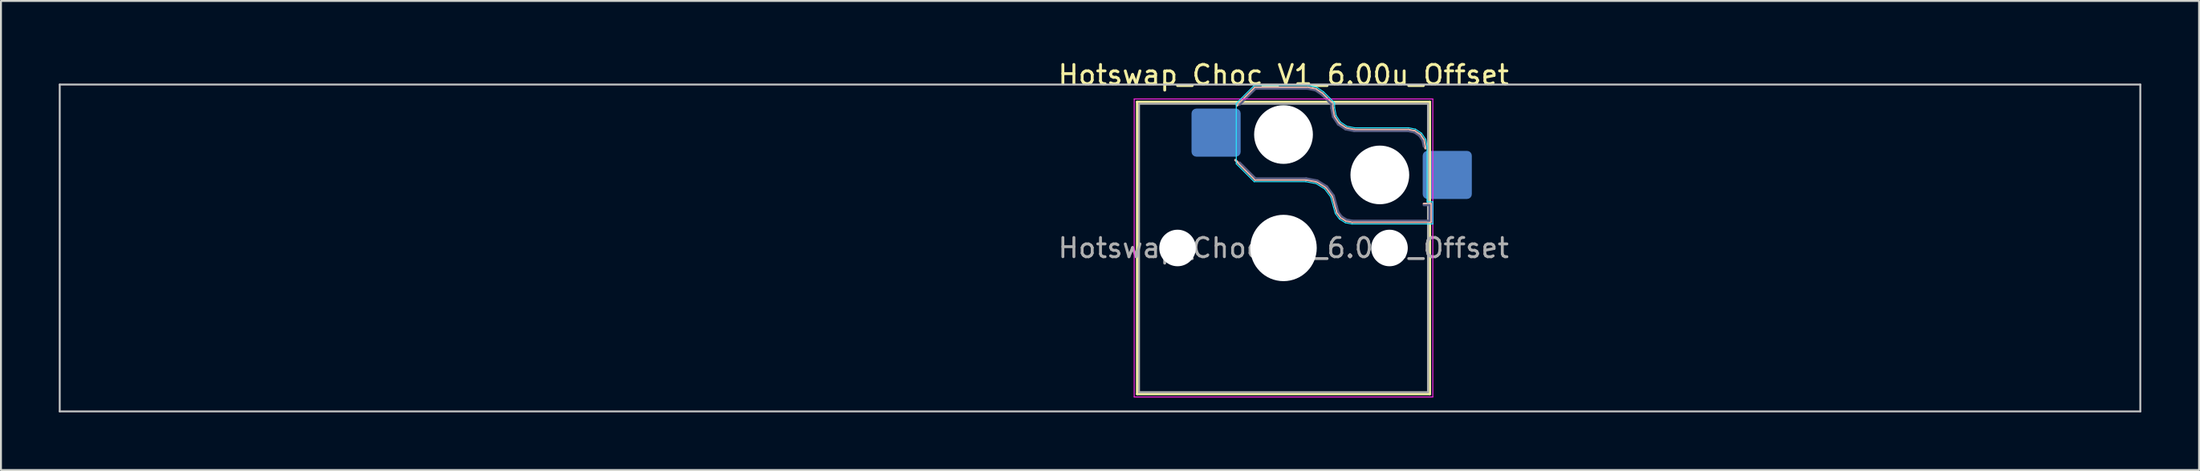
<source format=kicad_pcb>
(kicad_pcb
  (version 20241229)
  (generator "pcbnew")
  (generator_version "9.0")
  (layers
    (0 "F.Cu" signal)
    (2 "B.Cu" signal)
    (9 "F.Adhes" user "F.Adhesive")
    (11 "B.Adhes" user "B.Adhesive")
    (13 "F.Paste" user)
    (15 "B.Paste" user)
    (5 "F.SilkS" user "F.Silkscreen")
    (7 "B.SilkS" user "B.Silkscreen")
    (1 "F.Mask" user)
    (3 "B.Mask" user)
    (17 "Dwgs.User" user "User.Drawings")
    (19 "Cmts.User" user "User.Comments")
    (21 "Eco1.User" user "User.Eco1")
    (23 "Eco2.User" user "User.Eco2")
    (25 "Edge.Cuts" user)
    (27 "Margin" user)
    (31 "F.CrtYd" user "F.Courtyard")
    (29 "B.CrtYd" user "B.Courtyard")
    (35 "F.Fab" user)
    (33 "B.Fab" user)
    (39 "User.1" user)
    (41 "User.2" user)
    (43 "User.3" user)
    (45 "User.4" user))
  (footprint "Hotswap_Choc_V1_6.00u_Offset"
    (layer "F.Cu")
    (at 63.575 9.848)
    (property "Reference" "Hotswap_Choc_V1_6.00u_Offset" (at 0 -9 0) (layer "F.SilkS") (effects (font (size 1 1) (thickness 0.15))))
    (attr smd)
    (fp_line (start -7.6 -7.6) (end -7.6 7.6) (stroke (width 0.12) (type solid)) (layer "F.SilkS"))
    (fp_line (start -7.6 7.6) (end 7.6 7.6) (stroke (width 0.12) (type solid)) (layer "F.SilkS"))
    (fp_line (start 7.6 -7.6) (end -7.6 -7.6) (stroke (width 0.12) (type solid)) (layer "F.SilkS"))
    (fp_line (start 7.6 7.6) (end 7.6 -7.6) (stroke (width 0.12) (type solid)) (layer "F.SilkS"))
    (fp_line (start -2.416 -7.409) (end -1.479 -8.346) (stroke (width 0.12) (type solid)) (layer "B.SilkS"))
    (fp_line (start -1.479 -8.346) (end 1.268 -8.346) (stroke (width 0.12) (type solid)) (layer "B.SilkS"))
    (fp_line (start -1.479 -3.554) (end -2.5 -4.575) (stroke (width 0.12) (type solid)) (layer "B.SilkS"))
    (fp_line (start 1.168 -3.554) (end -1.479 -3.554) (stroke (width 0.12) (type solid)) (layer "B.SilkS"))
    (fp_line (start 1.268 -8.346) (end 1.671 -8.266) (stroke (width 0.12) (type solid)) (layer "B.SilkS"))
    (fp_line (start 1.671 -8.266) (end 2.013 -8.037) (stroke (width 0.12) (type solid)) (layer "B.SilkS"))
    (fp_line (start 1.73 -3.449) (end 1.168 -3.554) (stroke (width 0.12) (type solid)) (layer "B.SilkS"))
    (fp_line (start 2.013 -8.037) (end 2.546 -7.504) (stroke (width 0.12) (type solid)) (layer "B.SilkS"))
    (fp_line (start 2.209 -3.15) (end 1.73 -3.449) (stroke (width 0.12) (type solid)) (layer "B.SilkS"))
    (fp_line (start 2.546 -7.504) (end 2.546 -7.282) (stroke (width 0.12) (type solid)) (layer "B.SilkS"))
    (fp_line (start 2.546 -7.282) (end 2.633 -6.844) (stroke (width 0.12) (type solid)) (layer "B.SilkS"))
    (fp_line (start 2.547 -2.697) (end 2.209 -3.15) (stroke (width 0.12) (type solid)) (layer "B.SilkS"))
    (fp_line (start 2.633 -6.844) (end 2.877 -6.477) (stroke (width 0.12) (type solid)) (layer "B.SilkS"))
    (fp_line (start 2.701 -2.139) (end 2.547 -2.697) (stroke (width 0.12) (type solid)) (layer "B.SilkS"))
    (fp_line (start 2.783 -1.841) (end 2.701 -2.139) (stroke (width 0.12) (type solid)) (layer "B.SilkS"))
    (fp_line (start 2.877 -6.477) (end 3.244 -6.233) (stroke (width 0.12) (type solid)) (layer "B.SilkS"))
    (fp_line (start 2.976 -1.583) (end 2.783 -1.841) (stroke (width 0.12) (type solid)) (layer "B.SilkS"))
    (fp_line (start 3.244 -6.233) (end 3.682 -6.146) (stroke (width 0.12) (type solid)) (layer "B.SilkS"))
    (fp_line (start 3.25 -1.413) (end 2.976 -1.583) (stroke (width 0.12) (type solid)) (layer "B.SilkS"))
    (fp_line (start 3.56 -1.354) (end 3.25 -1.413) (stroke (width 0.12) (type solid)) (layer "B.SilkS"))
    (fp_line (start 3.682 -6.146) (end 6.482 -6.146) (stroke (width 0.12) (type solid)) (layer "B.SilkS"))
    (fp_line (start 6.482 -6.146) (end 6.809 -6.081) (stroke (width 0.12) (type solid)) (layer "B.SilkS"))
    (fp_line (start 6.809 -6.081) (end 7.092 -5.892) (stroke (width 0.12) (type solid)) (layer "B.SilkS"))
    (fp_line (start 7.092 -5.892) (end 7.281 -5.609) (stroke (width 0.12) (type solid)) (layer "B.SilkS"))
    (fp_line (start 7.281 -5.609) (end 7.366 -5.182) (stroke (width 0.12) (type solid)) (layer "B.SilkS"))
    (fp_line (start 7.283 -2.296) (end 7.646 -2.296) (stroke (width 0.12) (type solid)) (layer "B.SilkS"))
    (fp_line (start 7.646 -2.296) (end 7.646 -1.354) (stroke (width 0.12) (type solid)) (layer "B.SilkS"))
    (fp_line (start 7.646 -1.354) (end 3.56 -1.354) (stroke (width 0.12) (type solid)) (layer "B.SilkS"))
    (fp_line (start -63.525 -8.5) (end -63.525 8.5) (stroke (width 0.1) (type solid)) (layer "Dwgs.User"))
    (fp_line (start -63.525 8.5) (end 44.475 8.5) (stroke (width 0.1) (type solid)) (layer "Dwgs.User"))
    (fp_line (start 44.475 -8.5) (end -63.525 -8.5) (stroke (width 0.1) (type solid)) (layer "Dwgs.User"))
    (fp_line (start 44.475 8.5) (end 44.475 -8.5) (stroke (width 0.1) (type solid)) (layer "Dwgs.User"))
    (fp_line (start -7.25 -7.25) (end -7.25 7.25) (stroke (width 0.1) (type solid)) (layer "Eco1.User"))
    (fp_line (start -7.25 7.25) (end 7.25 7.25) (stroke (width 0.1) (type solid)) (layer "Eco1.User"))
    (fp_line (start 7.25 -7.25) (end -7.25 -7.25) (stroke (width 0.1) (type solid)) (layer "Eco1.User"))
    (fp_line (start 7.25 7.25) (end 7.25 -7.25) (stroke (width 0.1) (type solid)) (layer "Eco1.User"))
    (fp_line (start -2.452 -7.523) (end -1.523 -8.452) (stroke (width 0.05) (type solid)) (layer "B.CrtYd"))
    (fp_line (start -2.452 -4.377) (end -2.452 -7.523) (stroke (width 0.05) (type solid)) (layer "B.CrtYd"))
    (fp_line (start -1.523 -8.452) (end 1.278 -8.452) (stroke (width 0.05) (type solid)) (layer "B.CrtYd"))
    (fp_line (start -1.523 -3.448) (end -2.452 -4.377) (stroke (width 0.05) (type solid)) (layer "B.CrtYd"))
    (fp_line (start 1.159 -3.448) (end -1.523 -3.448) (stroke (width 0.05) (type solid)) (layer "B.CrtYd"))
    (fp_line (start 1.278 -8.452) (end 1.712 -8.366) (stroke (width 0.05) (type solid)) (layer "B.CrtYd"))
    (fp_line (start 1.691 -3.348) (end 1.159 -3.448) (stroke (width 0.05) (type solid)) (layer "B.CrtYd"))
    (fp_line (start 1.712 -8.366) (end 2.081 -8.119) (stroke (width 0.05) (type solid)) (layer "B.CrtYd"))
    (fp_line (start 2.081 -8.119) (end 2.652 -7.548) (stroke (width 0.05) (type solid)) (layer "B.CrtYd"))
    (fp_line (start 2.136 -3.071) (end 1.691 -3.348) (stroke (width 0.05) (type solid)) (layer "B.CrtYd"))
    (fp_line (start 2.45 -2.65) (end 2.136 -3.071) (stroke (width 0.05) (type solid)) (layer "B.CrtYd"))
    (fp_line (start 2.599 -2.111) (end 2.45 -2.65) (stroke (width 0.05) (type solid)) (layer "B.CrtYd"))
    (fp_line (start 2.652 -7.548) (end 2.652 -7.292) (stroke (width 0.05) (type solid)) (layer "B.CrtYd"))
    (fp_line (start 2.652 -7.292) (end 2.733 -6.885) (stroke (width 0.05) (type solid)) (layer "B.CrtYd"))
    (fp_line (start 2.687 -1.794) (end 2.599 -2.111) (stroke (width 0.05) (type solid)) (layer "B.CrtYd"))
    (fp_line (start 2.733 -6.885) (end 2.953 -6.553) (stroke (width 0.05) (type solid)) (layer "B.CrtYd"))
    (fp_line (start 2.903 -1.503) (end 2.687 -1.794) (stroke (width 0.05) (type solid)) (layer "B.CrtYd"))
    (fp_line (start 2.953 -6.553) (end 3.285 -6.333) (stroke (width 0.05) (type solid)) (layer "B.CrtYd"))
    (fp_line (start 3.211 -1.312) (end 2.903 -1.503) (stroke (width 0.05) (type solid)) (layer "B.CrtYd"))
    (fp_line (start 3.285 -6.333) (end 3.692 -6.252) (stroke (width 0.05) (type solid)) (layer "B.CrtYd"))
    (fp_line (start 3.55 -1.248) (end 3.211 -1.312) (stroke (width 0.05) (type solid)) (layer "B.CrtYd"))
    (fp_line (start 3.692 -6.252) (end 6.492 -6.252) (stroke (width 0.05) (type solid)) (layer "B.CrtYd"))
    (fp_line (start 6.492 -6.252) (end 6.85 -6.181) (stroke (width 0.05) (type solid)) (layer "B.CrtYd"))
    (fp_line (start 6.85 -6.181) (end 7.168 -5.968) (stroke (width 0.05) (type solid)) (layer "B.CrtYd"))
    (fp_line (start 7.168 -5.968) (end 7.381 -5.65) (stroke (width 0.05) (type solid)) (layer "B.CrtYd"))
    (fp_line (start 7.381 -5.65) (end 7.452 -5.292) (stroke (width 0.05) (type solid)) (layer "B.CrtYd"))
    (fp_line (start 7.452 -5.292) (end 7.452 -2.402) (stroke (width 0.05) (type solid)) (layer "B.CrtYd"))
    (fp_line (start 7.452 -2.402) (end 7.752 -2.402) (stroke (width 0.05) (type solid)) (layer "B.CrtYd"))
    (fp_line (start 7.752 -2.402) (end 7.752 -1.248) (stroke (width 0.05) (type solid)) (layer "B.CrtYd"))
    (fp_line (start 7.752 -1.248) (end 3.55 -1.248) (stroke (width 0.05) (type solid)) (layer "B.CrtYd"))
    (fp_line (start -7.75 -7.75) (end -7.75 7.75) (stroke (width 0.05) (type solid)) (layer "F.CrtYd"))
    (fp_line (start -7.75 7.75) (end 7.75 7.75) (stroke (width 0.05) (type solid)) (layer "F.CrtYd"))
    (fp_line (start 7.75 -7.75) (end -7.75 -7.75) (stroke (width 0.05) (type solid)) (layer "F.CrtYd"))
    (fp_line (start 7.75 7.75) (end 7.75 -7.75) (stroke (width 0.05) (type solid)) (layer "F.CrtYd"))
    (fp_line (start -2.275 -7.45) (end -1.45 -8.275) (stroke (width 0.1) (type solid)) (layer "B.Fab"))
    (fp_line (start -1.45 -8.275) (end 1.261 -8.275) (stroke (width 0.1) (type solid)) (layer "B.Fab"))
    (fp_line (start -1.45 -3.625) (end -2.275 -4.45) (stroke (width 0.1) (type solid)) (layer "B.Fab"))
    (fp_line (start 1.175 -3.625) (end -1.45 -3.625) (stroke (width 0.1) (type solid)) (layer "B.Fab"))
    (fp_line (start 1.261 -8.275) (end 1.643 -8.199) (stroke (width 0.1) (type solid)) (layer "B.Fab"))
    (fp_line (start 1.643 -8.199) (end 1.968 -7.982) (stroke (width 0.1) (type solid)) (layer "B.Fab"))
    (fp_line (start 1.756 -3.516) (end 1.175 -3.625) (stroke (width 0.1) (type solid)) (layer "B.Fab"))
    (fp_line (start 1.968 -7.982) (end 2.475 -7.475) (stroke (width 0.1) (type solid)) (layer "B.Fab"))
    (fp_line (start 2.258 -3.203) (end 1.756 -3.516) (stroke (width 0.1) (type solid)) (layer "B.Fab"))
    (fp_line (start 2.475 -7.475) (end 2.475 -7.275) (stroke (width 0.1) (type solid)) (layer "B.Fab"))
    (fp_line (start 2.475 -7.275) (end 2.566 -6.816) (stroke (width 0.1) (type solid)) (layer "B.Fab"))
    (fp_line (start 2.566 -6.816) (end 2.826 -6.426) (stroke (width 0.1) (type solid)) (layer "B.Fab"))
    (fp_line (start 2.612 -2.729) (end 2.258 -3.203) (stroke (width 0.1) (type solid)) (layer "B.Fab"))
    (fp_line (start 2.769 -2.158) (end 2.612 -2.729) (stroke (width 0.1) (type solid)) (layer "B.Fab"))
    (fp_line (start 2.826 -6.426) (end 3.216 -6.166) (stroke (width 0.1) (type solid)) (layer "B.Fab"))
    (fp_line (start 2.848 -1.873) (end 2.769 -2.158) (stroke (width 0.1) (type solid)) (layer "B.Fab"))
    (fp_line (start 3.025 -1.636) (end 2.848 -1.873) (stroke (width 0.1) (type solid)) (layer "B.Fab"))
    (fp_line (start 3.216 -6.166) (end 3.675 -6.075) (stroke (width 0.1) (type solid)) (layer "B.Fab"))
    (fp_line (start 3.276 -1.48) (end 3.025 -1.636) (stroke (width 0.1) (type solid)) (layer "B.Fab"))
    (fp_line (start 3.567 -1.425) (end 3.276 -1.48) (stroke (width 0.1) (type solid)) (layer "B.Fab"))
    (fp_line (start 3.675 -6.075) (end 6.475 -6.075) (stroke (width 0.1) (type solid)) (layer "B.Fab"))
    (fp_line (start 6.475 -6.075) (end 6.781 -6.014) (stroke (width 0.1) (type solid)) (layer "B.Fab"))
    (fp_line (start 6.781 -6.014) (end 7.041 -5.841) (stroke (width 0.1) (type solid)) (layer "B.Fab"))
    (fp_line (start 7.041 -5.841) (end 7.214 -5.581) (stroke (width 0.1) (type solid)) (layer "B.Fab"))
    (fp_line (start 7.214 -5.581) (end 7.275 -5.275) (stroke (width 0.1) (type solid)) (layer "B.Fab"))
    (fp_line (start 7.275 -2.225) (end 7.575 -2.225) (stroke (width 0.1) (type solid)) (layer "B.Fab"))
    (fp_line (start 7.575 -2.225) (end 7.575 -1.425) (stroke (width 0.1) (type solid)) (layer "B.Fab"))
    (fp_line (start 7.575 -1.425) (end 3.567 -1.425) (stroke (width 0.1) (type solid)) (layer "B.Fab"))
    (fp_line (start -7.5 -7.5) (end -7.5 7.5) (stroke (width 0.1) (type solid)) (layer "F.Fab"))
    (fp_line (start -7.5 7.5) (end 7.5 7.5) (stroke (width 0.1) (type solid)) (layer "F.Fab"))
    (fp_line (start 7.5 -7.5) (end -7.5 -7.5) (stroke (width 0.1) (type solid)) (layer "F.Fab"))
    (fp_line (start 7.5 7.5) (end 7.5 -7.5) (stroke (width 0.1) (type solid)) (layer "F.Fab"))
    (fp_text user "${REFERENCE}" (at 0 0 0) (layer "F.Fab") (effects (font (size 1 1) (thickness 0.15))))
    (pad "" np_thru_hole circle (at -5.5 0) (size 1.9 1.9) (drill 1.9) (layers "*.Cu" "*.Mask"))
    (pad "" np_thru_hole circle (at 0 -5.9) (size 3.05 3.05) (drill 3.05) (layers "*.Cu" "*.Mask"))
    (pad "" np_thru_hole circle (at 0 0) (size 3.45 3.45) (drill 3.45) (layers "*.Cu" "*.Mask"))
    (pad "" np_thru_hole circle (at 5 -3.8) (size 3.05 3.05) (drill 3.05) (layers "*.Cu" "*.Mask"))
    (pad "" np_thru_hole circle (at 5.5 0) (size 1.9 1.9) (drill 1.9) (layers "*.Cu" "*.Mask"))
    (pad "1" smd roundrect (at -3.5 -6) (size 2.55 2.5) (layers "B.Cu" "B.Mask" "B.Paste") (roundrect_rratio 0.1))
    (pad "2" smd roundrect (at 8.5 -3.8) (size 2.55 2.5) (layers "B.Cu" "B.Mask" "B.Paste") (roundrect_rratio 0.1)))
  (gr_rect
    (start -3 -3)
    (end 111.1 21.398)
    (stroke (width 0.1) (type default))
    (fill no)
    (layer "Edge.Cuts")))
</source>
